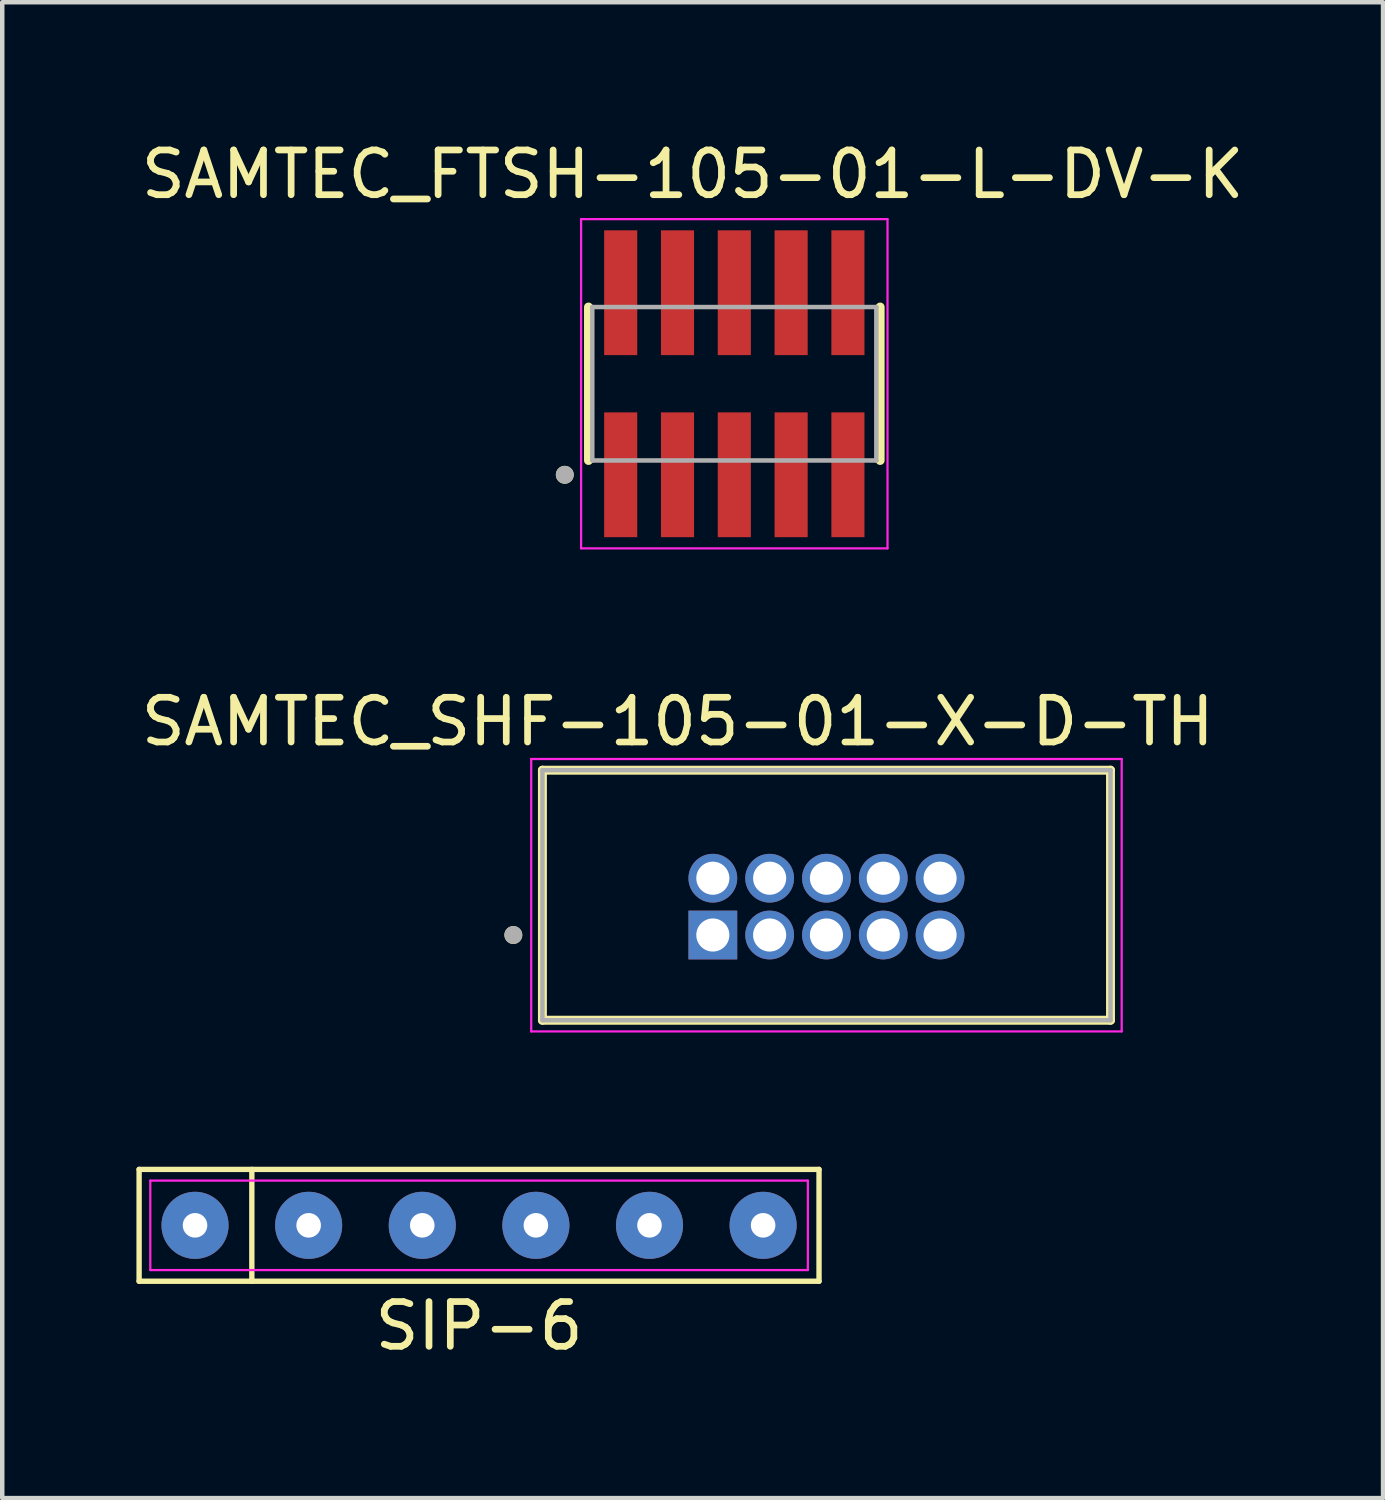
<source format=kicad_pcb>
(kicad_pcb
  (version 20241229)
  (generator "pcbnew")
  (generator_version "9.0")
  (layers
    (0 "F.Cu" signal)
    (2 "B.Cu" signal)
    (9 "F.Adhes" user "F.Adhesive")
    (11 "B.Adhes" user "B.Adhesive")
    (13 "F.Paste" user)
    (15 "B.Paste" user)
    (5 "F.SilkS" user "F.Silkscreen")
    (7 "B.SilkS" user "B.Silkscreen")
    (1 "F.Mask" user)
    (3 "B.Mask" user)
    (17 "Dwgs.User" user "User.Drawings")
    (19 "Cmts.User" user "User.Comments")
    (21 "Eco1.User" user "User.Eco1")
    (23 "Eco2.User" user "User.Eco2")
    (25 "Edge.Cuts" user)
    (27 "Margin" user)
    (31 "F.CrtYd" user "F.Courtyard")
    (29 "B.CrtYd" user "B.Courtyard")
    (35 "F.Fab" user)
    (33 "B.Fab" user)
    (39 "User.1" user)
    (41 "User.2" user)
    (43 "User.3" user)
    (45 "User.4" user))
  (footprint "SIP-6"
    (layer "F.Cu")
    (at 7.66 24.343)
    (property "Reference" "SIP-6" (at 0 2.25 0) (layer "F.SilkS") (effects (font (size 1 1) (thickness 0.15))))
    (attr through_hole)
    (fp_line (start -7.6 -1.25) (end 7.6 -1.25) (stroke (width 0.12) (type default)) (layer "F.SilkS"))
    (fp_line (start -7.6 1.25) (end -7.6 -1.25) (stroke (width 0.12) (type default)) (layer "F.SilkS"))
    (fp_line (start -5.08 -1.25) (end -5.08 1.25) (stroke (width 0.12) (type default)) (layer "F.SilkS"))
    (fp_line (start 7.6 -1.25) (end 7.6 1.25) (stroke (width 0.12) (type default)) (layer "F.SilkS"))
    (fp_line (start 7.6 1.25) (end -7.6 1.25) (stroke (width 0.12) (type default)) (layer "F.SilkS"))
    (fp_line (start -7.35 -1) (end 7.35 -1) (stroke (width 0.05) (type default)) (layer "F.CrtYd"))
    (fp_line (start -7.35 1) (end -7.35 -1) (stroke (width 0.05) (type default)) (layer "F.CrtYd"))
    (fp_line (start 7.35 -1) (end 7.35 1) (stroke (width 0.05) (type default)) (layer "F.CrtYd"))
    (fp_line (start 7.35 1) (end -7.35 1) (stroke (width 0.05) (type default)) (layer "F.CrtYd"))
    (pad "1" thru_hole circle (at -6.35 0) (size 1.5 1.5) (drill 0.55) (layers "*.Cu" "*.Mask"))
    (pad "2" thru_hole circle (at -3.81 0) (size 1.5 1.5) (drill 0.55) (layers "*.Cu" "*.Mask"))
    (pad "3" thru_hole circle (at -1.27 0) (size 1.5 1.5) (drill 0.55) (layers "*.Cu" "*.Mask"))
    (pad "4" thru_hole circle (at 1.27 0) (size 1.5 1.5) (drill 0.55) (layers "*.Cu" "*.Mask"))
    (pad "5" thru_hole circle (at 3.81 0) (size 1.5 1.5) (drill 0.55) (layers "*.Cu" "*.Mask"))
    (pad "6" thru_hole circle (at 6.35 0) (size 1.5 1.5) (drill 0.55) (layers "*.Cu" "*.Mask")))
  (footprint "SAMTEC_SHF-105-01-X-D-TH"
    (layer "F.Cu")
    (at 15.426 17.218)
    (property "Reference" "SAMTEC_SHF-105-01-X-D-TH" (at -3.325 -4.135 0) (layer "F.SilkS") (effects (font (size 1 1) (thickness 0.15))))
    (attr through_hole)
    (fp_line (start -6.35 2.54) (end -6.35 -3.05) (stroke (width 0.2) (type solid)) (layer "F.SilkS"))
    (fp_line (start 6.35 -3.05) (end -6.35 -3.05) (stroke (width 0.2) (type solid)) (layer "F.SilkS"))
    (fp_line (start 6.35 -3.05) (end 6.35 2.54) (stroke (width 0.2) (type solid)) (layer "F.SilkS"))
    (fp_line (start 6.35 2.54) (end -6.35 2.54) (stroke (width 0.2) (type solid)) (layer "F.SilkS"))
    (fp_circle (center -7 0.635) (end -6.9 0.635) (stroke (width 0.2) (type solid)) (fill no) (layer "F.SilkS"))
    (fp_line (start -6.6 -3.3) (end 6.6 -3.3) (stroke (width 0.05) (type solid)) (layer "F.CrtYd"))
    (fp_line (start -6.6 2.79) (end -6.6 -3.3) (stroke (width 0.05) (type solid)) (layer "F.CrtYd"))
    (fp_line (start 6.6 -3.3) (end 6.6 2.79) (stroke (width 0.05) (type solid)) (layer "F.CrtYd"))
    (fp_line (start 6.6 2.79) (end -6.6 2.79) (stroke (width 0.05) (type solid)) (layer "F.CrtYd"))
    (fp_line (start -6.35 -3.05) (end 6.35 -3.05) (stroke (width 0.1) (type solid)) (layer "F.Fab"))
    (fp_line (start -6.35 2.54) (end -6.35 -3.05) (stroke (width 0.1) (type solid)) (layer "F.Fab"))
    (fp_line (start 6.35 -3.05) (end 6.35 2.54) (stroke (width 0.1) (type solid)) (layer "F.Fab"))
    (fp_line (start 6.35 2.54) (end -6.35 2.54) (stroke (width 0.1) (type solid)) (layer "F.Fab"))
    (fp_circle (center -7 0.635) (end -6.9 0.635) (stroke (width 0.2) (type solid)) (fill no) (layer "F.Fab"))
    (pad "01" thru_hole rect (at -2.54 0.635) (size 1.09 1.09) (drill 0.74) (layers "*.Cu" "*.Mask"))
    (pad "02" thru_hole circle (at -2.54 -0.635) (size 1.09 1.09) (drill 0.74) (layers "*.Cu" "*.Mask"))
    (pad "03" thru_hole circle (at -1.27 0.635) (size 1.09 1.09) (drill 0.74) (layers "*.Cu" "*.Mask"))
    (pad "04" thru_hole circle (at -1.27 -0.635) (size 1.09 1.09) (drill 0.74) (layers "*.Cu" "*.Mask"))
    (pad "05" thru_hole circle (at 0 0.635) (size 1.09 1.09) (drill 0.74) (layers "*.Cu" "*.Mask"))
    (pad "06" thru_hole circle (at 0 -0.635) (size 1.09 1.09) (drill 0.74) (layers "*.Cu" "*.Mask"))
    (pad "07" thru_hole circle (at 1.27 0.635) (size 1.09 1.09) (drill 0.74) (layers "*.Cu" "*.Mask"))
    (pad "08" thru_hole circle (at 1.27 -0.635) (size 1.09 1.09) (drill 0.74) (layers "*.Cu" "*.Mask"))
    (pad "09" thru_hole circle (at 2.54 0.635) (size 1.09 1.09) (drill 0.74) (layers "*.Cu" "*.Mask"))
    (pad "10" thru_hole circle (at 2.54 -0.635) (size 1.09 1.09) (drill 0.74) (layers "*.Cu" "*.Mask")))
  (footprint "SAMTEC_FTSH-105-01-L-DV-K"
    (layer "F.Cu")
    (at 13.366 5.529)
    (property "Reference" "SAMTEC_FTSH-105-01-L-DV-K" (at -0.931 -4.681 0) (layer "F.SilkS") (effects (font (size 1 1) (thickness 0.15))))
    (attr smd)
    (fp_line (start -3.26 -1.715) (end -3.26 1.715) (stroke (width 0.2) (type solid)) (layer "F.SilkS"))
    (fp_line (start 3.26 1.715) (end 3.26 -1.715) (stroke (width 0.2) (type solid)) (layer "F.SilkS"))
    (fp_circle (center -3.79 2.035) (end -3.69 2.035) (stroke (width 0.2) (type solid)) (fill no) (layer "F.SilkS"))
    (fp_line (start -3.425 -3.68) (end 3.425 -3.68) (stroke (width 0.05) (type solid)) (layer "F.CrtYd"))
    (fp_line (start -3.425 3.68) (end -3.425 -3.68) (stroke (width 0.05) (type solid)) (layer "F.CrtYd"))
    (fp_line (start 3.425 -3.68) (end 3.425 3.68) (stroke (width 0.05) (type solid)) (layer "F.CrtYd"))
    (fp_line (start 3.425 3.68) (end -3.425 3.68) (stroke (width 0.05) (type solid)) (layer "F.CrtYd"))
    (fp_line (start -3.175 1.715) (end -3.175 -1.715) (stroke (width 0.1) (type solid)) (layer "F.Fab"))
    (fp_line (start -3.175 1.715) (end 3.175 1.715) (stroke (width 0.1) (type solid)) (layer "F.Fab"))
    (fp_line (start 3.175 -1.715) (end -3.175 -1.715) (stroke (width 0.1) (type solid)) (layer "F.Fab"))
    (fp_line (start 3.175 1.715) (end 3.175 -1.715) (stroke (width 0.1) (type solid)) (layer "F.Fab"))
    (fp_circle (center -3.79 2.035) (end -3.69 2.035) (stroke (width 0.2) (type solid)) (fill no) (layer "F.Fab"))
    (pad "01" smd rect (at -2.54 2.035) (size 0.74 2.79) (layers "F.Cu" "F.Mask" "F.Paste"))
    (pad "02" smd rect (at -2.54 -2.035) (size 0.74 2.79) (layers "F.Cu" "F.Mask" "F.Paste"))
    (pad "03" smd rect (at -1.27 2.035) (size 0.74 2.79) (layers "F.Cu" "F.Mask" "F.Paste"))
    (pad "04" smd rect (at -1.27 -2.035) (size 0.74 2.79) (layers "F.Cu" "F.Mask" "F.Paste"))
    (pad "05" smd rect (at 0 2.035) (size 0.74 2.79) (layers "F.Cu" "F.Mask" "F.Paste"))
    (pad "06" smd rect (at 0 -2.035) (size 0.74 2.79) (layers "F.Cu" "F.Mask" "F.Paste"))
    (pad "07" smd rect (at 1.27 2.035) (size 0.74 2.79) (layers "F.Cu" "F.Mask" "F.Paste"))
    (pad "08" smd rect (at 1.27 -2.035) (size 0.74 2.79) (layers "F.Cu" "F.Mask" "F.Paste"))
    (pad "09" smd rect (at 2.54 2.035) (size 0.74 2.79) (layers "F.Cu" "F.Mask" "F.Paste"))
    (pad "10" smd rect (at 2.54 -2.035) (size 0.74 2.79) (layers "F.Cu" "F.Mask" "F.Paste")))
  (gr_rect
    (start -3 -3)
    (end 27.869 30.441)
    (stroke (width 0.1) (type default))
    (fill no)
    (layer "Edge.Cuts")))
</source>
